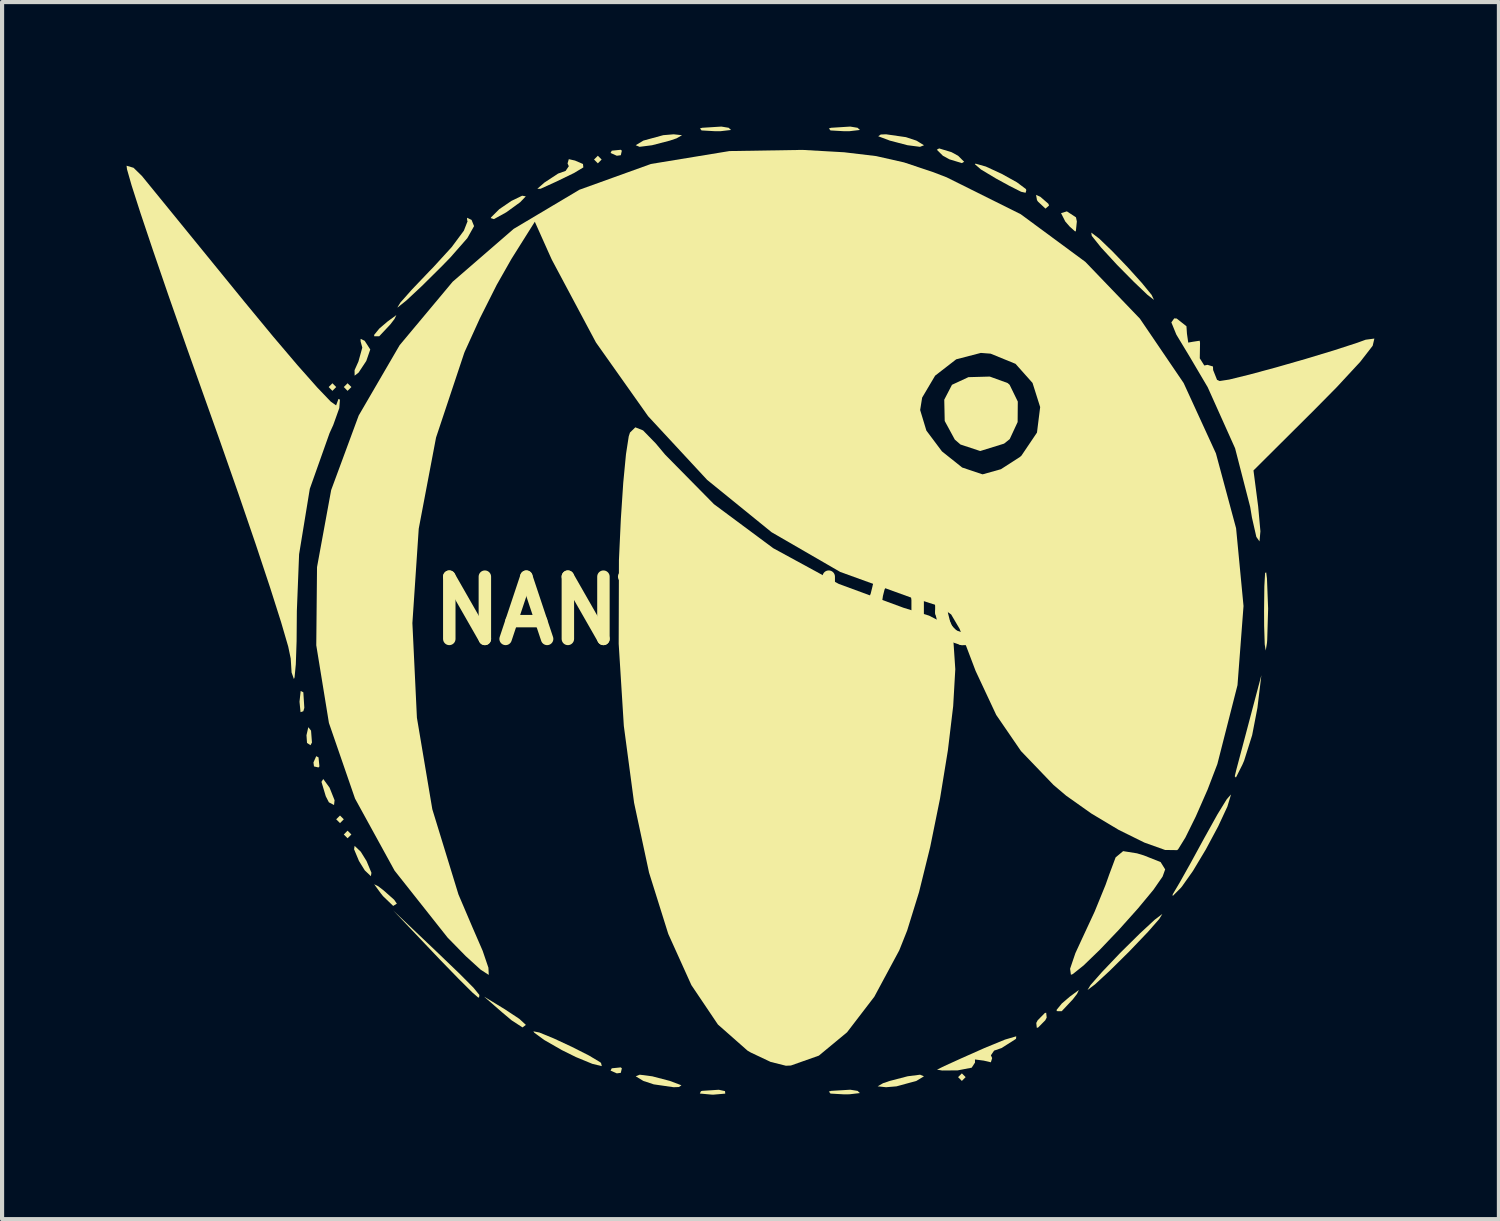
<source format=kicad_pcb>
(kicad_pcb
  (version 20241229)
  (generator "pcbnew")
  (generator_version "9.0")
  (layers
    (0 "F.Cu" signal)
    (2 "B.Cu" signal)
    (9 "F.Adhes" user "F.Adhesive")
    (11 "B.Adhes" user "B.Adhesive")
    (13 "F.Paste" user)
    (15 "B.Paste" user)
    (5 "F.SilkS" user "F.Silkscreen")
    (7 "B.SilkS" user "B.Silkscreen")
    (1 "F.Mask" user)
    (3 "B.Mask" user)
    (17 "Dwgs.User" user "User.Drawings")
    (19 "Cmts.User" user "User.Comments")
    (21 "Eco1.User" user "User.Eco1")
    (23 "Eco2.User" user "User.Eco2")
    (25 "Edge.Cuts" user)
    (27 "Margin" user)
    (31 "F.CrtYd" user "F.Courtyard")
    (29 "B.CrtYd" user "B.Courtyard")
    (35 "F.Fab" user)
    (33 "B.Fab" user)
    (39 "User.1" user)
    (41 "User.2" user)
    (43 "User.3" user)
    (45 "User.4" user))
  (footprint "NANYO-LOGO"
    (layer "F.Cu")
    (at 14.919 11.667)
    (property "Reference" "NANYO-LOGO" (at 0 0 0) (layer "F.SilkS") (effects (font (size 1.5 1.5) (thickness 0.3))))
    (attr board_only exclude_from_pos_files exclude_from_bom)
    (fp_poly (pts (xy -9.868 -5.391) (xy -9.959 -5.299) (xy -10.05 -5.391) (xy -9.959 -5.482)) (stroke (width 0) (type solid)) (fill yes) (layer "F.SilkS"))
    (fp_poly (pts (xy -9.685 5.025) (xy -9.776 5.117) (xy -9.868 5.025) (xy -9.776 4.934)) (stroke (width 0) (type solid)) (fill yes) (layer "F.SilkS"))
    (fp_poly (pts (xy -9.502 -5.391) (xy -9.594 -5.299) (xy -9.685 -5.391) (xy -9.594 -5.482)) (stroke (width 0) (type solid)) (fill yes) (layer "F.SilkS"))
    (fp_poly (pts (xy -9.502 5.391) (xy -9.594 5.482) (xy -9.685 5.391) (xy -9.594 5.299)) (stroke (width 0) (type solid)) (fill yes) (layer "F.SilkS"))
    (fp_poly (pts (xy -3.472 -10.873) (xy -3.563 -10.781) (xy -3.655 -10.873) (xy -3.563 -10.964)) (stroke (width 0) (type solid)) (fill yes) (layer "F.SilkS"))
    (fp_poly (pts (xy 5.299 11.238) (xy 5.208 11.329) (xy 5.117 11.238) (xy 5.208 11.147)) (stroke (width 0) (type solid)) (fill yes) (layer "F.SilkS"))
    (fp_poly (pts (xy -10.66 1.964) (xy -10.636 2.339) (xy -10.66 2.421) (xy -10.727 2.444) (xy -10.752 2.193) (xy -10.724 1.933)) (stroke (width 0) (type solid)) (fill yes) (layer "F.SilkS"))
    (fp_poly (pts (xy -10.474 2.889) (xy -10.452 3.175) (xy -10.488 3.24) (xy -10.571 3.185) (xy -10.584 3) (xy -10.54 2.805)) (stroke (width 0) (type solid)) (fill yes) (layer "F.SilkS"))
    (fp_poly (pts (xy -10.294 3.533) (xy -10.272 3.75) (xy -10.294 3.776) (xy -10.403 3.751) (xy -10.416 3.655) (xy -10.349 3.504)) (stroke (width 0) (type solid)) (fill yes) (layer "F.SilkS"))
    (fp_poly (pts (xy -2.985 -11.086) (xy -3.01 -10.977) (xy -3.106 -10.964) (xy -3.257 -11.031) (xy -3.228 -11.086) (xy -3.011 -11.108)) (stroke (width 0) (type solid)) (fill yes) (layer "F.SilkS"))
    (fp_poly (pts (xy -2.985 11.025) (xy -3.01 11.134) (xy -3.106 11.147) (xy -3.257 11.08) (xy -3.228 11.025) (xy -3.011 11.003)) (stroke (width 0) (type solid)) (fill yes) (layer "F.SilkS"))
    (fp_poly (pts (xy -10.028 4.262) (xy -9.907 4.565) (xy -9.92 4.681) (xy -10.044 4.616) (xy -10.119 4.47) (xy -10.223 4.123) (xy -10.18 4.054)) (stroke (width 0) (type solid)) (fill yes) (layer "F.SilkS"))
    (fp_poly (pts (xy 7.098 -9.976) (xy 7.293 -9.807) (xy 7.309 -9.765) (xy 7.223 -9.69) (xy 7.042 -9.859) (xy 7.018 -9.896) (xy 6.996 -10.021)) (stroke (width 0) (type solid)) (fill yes) (layer "F.SilkS"))
    (fp_poly (pts (xy -9.277 5.805) (xy -9.137 6.03) (xy -9.019 6.313) (xy -9.032 6.396) (xy -9.179 6.256) (xy -9.319 6.03) (xy -9.437 5.748) (xy -9.424 5.665)) (stroke (width 0) (type solid)) (fill yes) (layer "F.SilkS"))
    (fp_poly (pts (xy -8.858 6.636) (xy -8.726 6.738) (xy -8.472 6.963) (xy -8.406 7.058) (xy -8.495 7.112) (xy -8.738 6.878) (xy -8.795 6.807) (xy -8.953 6.59)) (stroke (width 0) (type solid)) (fill yes) (layer "F.SilkS"))
    (fp_poly (pts (xy -8.463 -7.031) (xy -8.565 -6.898) (xy -8.832 -6.614) (xy -8.951 -6.615) (xy -8.954 -6.647) (xy -8.829 -6.8) (xy -8.634 -6.967) (xy -8.418 -7.125)) (stroke (width 0) (type solid)) (fill yes) (layer "F.SilkS"))
    (fp_poly (pts (xy -5.802 9.604) (xy -5.456 9.833) (xy -5.3 9.976) (xy -5.299 9.98) (xy -5.378 10.04) (xy -5.641 9.869) (xy -5.873 9.674) (xy -6.304 9.298)) (stroke (width 0) (type solid)) (fill yes) (layer "F.SilkS"))
    (fp_poly (pts (xy -0.499 11.575) (xy -0.493 11.635) (xy -0.779 11.66) (xy -0.822 11.659) (xy -1.106 11.633) (xy -1.079 11.577) (xy -1.047 11.568) (xy -0.649 11.542)) (stroke (width 0) (type solid)) (fill yes) (layer "F.SilkS"))
    (fp_poly (pts (xy -0.411 -11.638) (xy -0.354 -11.585) (xy -0.607 -11.556) (xy -0.731 -11.555) (xy -1.063 -11.574) (xy -1.103 -11.621) (xy -1.051 -11.638) (xy -0.587 -11.667)) (stroke (width 0) (type solid)) (fill yes) (layer "F.SilkS"))
    (fp_poly (pts (xy 2.695 -11.638) (xy 2.752 -11.585) (xy 2.5 -11.556) (xy 2.376 -11.555) (xy 2.043 -11.574) (xy 2.004 -11.621) (xy 2.056 -11.638) (xy 2.519 -11.667)) (stroke (width 0) (type solid)) (fill yes) (layer "F.SilkS"))
    (fp_poly (pts (xy 2.695 11.569) (xy 2.752 11.622) (xy 2.5 11.651) (xy 2.376 11.653) (xy 2.043 11.634) (xy 2.004 11.586) (xy 2.056 11.569) (xy 2.519 11.541)) (stroke (width 0) (type solid)) (fill yes) (layer "F.SilkS"))
    (fp_poly (pts (xy 4.96 -11.05) (xy 5.117 -10.964) (xy 5.263 -10.819) (xy 5.208 -10.787) (xy 4.908 -10.878) (xy 4.751 -10.964) (xy 4.605 -11.109) (xy 4.66 -11.141)) (stroke (width 0) (type solid)) (fill yes) (layer "F.SilkS"))
    (fp_poly (pts (xy 7.252 9.803) (xy 7.218 9.868) (xy 7.046 10.042) (xy 7.014 10.05) (xy 7.001 9.932) (xy 7.035 9.868) (xy 7.207 9.693) (xy 7.24 9.685)) (stroke (width 0) (type solid)) (fill yes) (layer "F.SilkS"))
    (fp_poly (pts (xy 7.958 -9.48) (xy 7.979 -9.38) (xy 7.956 -9.157) (xy 7.941 -9.137) (xy 7.809 -9.255) (xy 7.7 -9.38) (xy 7.598 -9.581) (xy 7.739 -9.624)) (stroke (width 0) (type solid)) (fill yes) (layer "F.SilkS"))
    (fp_poly (pts (xy 7.983 9.233) (xy 7.881 9.365) (xy 7.614 9.649) (xy 7.495 9.648) (xy 7.492 9.616) (xy 7.617 9.463) (xy 7.812 9.296) (xy 8.028 9.138)) (stroke (width 0) (type solid)) (fill yes) (layer "F.SilkS"))
    (fp_poly (pts (xy -2.252 11.218) (xy -1.827 11.329) (xy -1.549 11.434) (xy -1.609 11.476) (xy -1.736 11.481) (xy -2.216 11.412) (xy -2.467 11.329) (xy -2.651 11.217) (xy -2.554 11.179)) (stroke (width 0) (type solid)) (fill yes) (layer "F.SilkS"))
    (fp_poly (pts (xy -1.534 -11.459) (xy -1.665 -11.384) (xy -1.827 -11.329) (xy -2.258 -11.217) (xy -2.558 -11.179) (xy -2.651 -11.218) (xy -2.467 -11.329) (xy -1.987 -11.46) (xy -1.736 -11.481)) (stroke (width 0) (type solid)) (fill yes) (layer "F.SilkS"))
    (fp_poly (pts (xy 3.861 -11.412) (xy 4.112 -11.329) (xy 4.296 -11.217) (xy 4.199 -11.179) (xy 3.897 -11.218) (xy 3.472 -11.329) (xy 3.193 -11.434) (xy 3.254 -11.476) (xy 3.381 -11.481)) (stroke (width 0) (type solid)) (fill yes) (layer "F.SilkS"))
    (fp_poly (pts (xy 4.295 11.218) (xy 4.112 11.329) (xy 3.632 11.46) (xy 3.381 11.481) (xy 3.179 11.459) (xy 3.309 11.384) (xy 3.472 11.329) (xy 3.902 11.217) (xy 4.202 11.179)) (stroke (width 0) (type solid)) (fill yes) (layer "F.SilkS"))
    (fp_poly (pts (xy -9.182 -6.505) (xy -9.047 -6.296) (xy -9.143 -6.019) (xy -9.329 -5.738) (xy -9.424 -5.665) (xy -9.425 -5.798) (xy -9.332 -6.006) (xy -9.239 -6.341) (xy -9.28 -6.492) (xy -9.28 -6.552)) (stroke (width 0) (type solid)) (fill yes) (layer "F.SilkS"))
    (fp_poly (pts (xy -5.299 -9.986) (xy -5.435 -9.844) (xy -5.763 -9.606) (xy -5.779 -9.596) (xy -6.067 -9.437) (xy -6.144 -9.462) (xy -6.134 -9.482) (xy -5.938 -9.677) (xy -5.644 -9.877) (xy -5.387 -10.001)) (stroke (width 0) (type solid)) (fill yes) (layer "F.SilkS"))
    (fp_poly (pts (xy -7.446 8.217) (xy -6.889 8.752) (xy -6.559 9.084) (xy -6.418 9.258) (xy -6.425 9.317) (xy -6.448 9.319) (xy -6.588 9.197) (xy -6.916 8.871) (xy -7.367 8.407) (xy -7.498 8.269) (xy -8.497 7.218)) (stroke (width 0) (type solid)) (fill yes) (layer "F.SilkS"))
    (fp_poly (pts (xy 12.33 2.341) (xy 12.203 2.998) (xy 12.009 3.614) (xy 11.967 3.711) (xy 11.812 4.019) (xy 11.784 3.989) (xy 11.82 3.837) (xy 11.939 3.389) (xy 12.102 2.774) (xy 12.183 2.467) (xy 12.425 1.553)) (stroke (width 0) (type solid)) (fill yes) (layer "F.SilkS"))
    (fp_poly (pts (xy 12.56 -0.777) (xy 12.588 -0.049) (xy 12.566 0.7) (xy 12.56 0.777) (xy 12.53 0.959) (xy 12.506 0.811) (xy 12.492 0.37) (xy 12.49 0) (xy 12.497 -0.593) (xy 12.515 -0.913) (xy 12.542 -0.923)) (stroke (width 0) (type solid)) (fill yes) (layer "F.SilkS"))
    (fp_poly (pts (xy 5.786 -10.704) (xy 6.166 -10.529) (xy 6.535 -10.324) (xy 6.749 -10.164) (xy 6.761 -10.137) (xy 6.744 -10.072) (xy 6.636 -10.096) (xy 6.35 -10.241) (xy 6.03 -10.416) (xy 5.667 -10.634) (xy 5.521 -10.761) (xy 5.537 -10.774)) (stroke (width 0) (type solid)) (fill yes) (layer "F.SilkS"))
    (fp_poly (pts (xy -4.974 10.162) (xy -4.625 10.305) (xy -4.187 10.509) (xy -3.776 10.717) (xy -3.51 10.877) (xy -3.487 10.895) (xy -3.468 10.973) (xy -3.697 10.917) (xy -4.09 10.755) (xy -4.431 10.586) (xy -4.853 10.344) (xy -5.094 10.168) (xy -5.117 10.134)) (stroke (width 0) (type solid)) (fill yes) (layer "F.SilkS"))
    (fp_poly (pts (xy -4.113 -10.848) (xy -3.921 -10.765) (xy -3.913 -10.683) (xy -4.139 -10.547) (xy -4.568 -10.339) (xy -4.942 -10.169) (xy -5.022 -10.167) (xy -4.853 -10.316) (xy -4.522 -10.534) (xy -4.34 -10.599) (xy -4.263 -10.712) (xy -4.293 -10.779) (xy -4.263 -10.882)) (stroke (width 0) (type solid)) (fill yes) (layer "F.SilkS"))
    (fp_poly (pts (xy 8.515 -8.97) (xy 8.832 -8.665) (xy 9.2 -8.282) (xy 9.542 -7.903) (xy 9.78 -7.612) (xy 9.837 -7.492) (xy 9.836 -7.492) (xy 9.68 -7.613) (xy 9.349 -7.929) (xy 8.946 -8.337) (xy 8.562 -8.754) (xy 8.339 -9.033) (xy 8.326 -9.113)) (stroke (width 0) (type solid)) (fill yes) (layer "F.SilkS"))
    (fp_poly (pts (xy 6.311 -5.487) (xy 6.359 -5.445) (xy 6.556 -5.041) (xy 6.552 -4.547) (xy 6.361 -4.136) (xy 6.225 -4.027) (xy 5.65 -3.849) (xy 5.175 -4.006) (xy 5.038 -4.125) (xy 4.795 -4.573) (xy 4.784 -5.086) (xy 4.97 -5.445) (xy 5.366 -5.629) (xy 5.881 -5.643)) (stroke (width 0) (type solid)) (fill yes) (layer "F.SilkS"))
    (fp_poly (pts (xy 9.965 7.427) (xy 9.692 7.738) (xy 9.273 8.177) (xy 9.228 8.223) (xy 8.771 8.675) (xy 8.417 9.002) (xy 8.24 9.136) (xy 8.237 9.137) (xy 8.308 9.019) (xy 8.582 8.708) (xy 9 8.269) (xy 9.045 8.223) (xy 9.503 7.771) (xy 9.856 7.444) (xy 10.033 7.31) (xy 10.037 7.309)) (stroke (width 0) (type solid)) (fill yes) (layer "F.SilkS"))
    (fp_poly (pts (xy 11.691 4.437) (xy 11.606 4.719) (xy 11.385 5.194) (xy 11.088 5.749) (xy 10.776 6.27) (xy 10.511 6.645) (xy 10.481 6.68) (xy 10.288 6.874) (xy 10.289 6.831) (xy 10.294 6.824) (xy 10.453 6.556) (xy 10.726 6.069) (xy 11.055 5.466) (xy 11.067 5.445) (xy 11.367 4.906) (xy 11.589 4.545) (xy 11.689 4.43)) (stroke (width 0) (type solid)) (fill yes) (layer "F.SilkS"))
    (fp_poly (pts (xy -6.606 -9.418) (xy -6.546 -9.268) (xy -6.708 -8.979) (xy -7.117 -8.513) (xy -7.331 -8.293) (xy -7.807 -7.822) (xy -8.18 -7.474) (xy -8.381 -7.313) (xy -8.393 -7.309) (xy -8.32 -7.428) (xy -8.043 -7.74) (xy -7.619 -8.185) (xy -7.527 -8.279) (xy -7.085 -8.763) (xy -6.792 -9.158) (xy -6.702 -9.387) (xy -6.711 -9.405) (xy -6.716 -9.47)) (stroke (width 0) (type solid)) (fill yes) (layer "F.SilkS"))
    (fp_poly (pts (xy 9.428 5.845) (xy 9.593 5.895) (xy 9.997 6.055) (xy 10.107 6.232) (xy 10.045 6.405) (xy 9.824 6.724) (xy 9.45 7.175) (xy 8.997 7.681) (xy 8.536 8.165) (xy 8.14 8.548) (xy 7.881 8.755) (xy 7.836 8.771) (xy 7.816 8.626) (xy 7.943 8.252) (xy 8.104 7.903) (xy 8.407 7.251) (xy 8.671 6.604) (xy 8.754 6.369) (xy 8.913 5.943) (xy 9.094 5.792)) (stroke (width 0) (type solid)) (fill yes) (layer "F.SilkS"))
    (fp_poly (pts (xy 6.514 10.312) (xy 6.498 10.325) (xy 6.164 10.537) (xy 5.985 10.599) (xy 5.908 10.712) (xy 5.938 10.779) (xy 5.907 10.88) (xy 5.736 10.84) (xy 5.524 10.812) (xy 5.525 10.887) (xy 5.445 11.01) (xy 5.107 11.075) (xy 5.094 11.075) (xy 4.732 11.078) (xy 4.609 11.057) (xy 4.61 11.057) (xy 4.789 10.969) (xy 5.211 10.777) (xy 5.756 10.535) (xy 6.248 10.333) (xy 6.518 10.254)) (stroke (width 0) (type solid)) (fill yes) (layer "F.SilkS"))
    (fp_poly (pts (xy 10.384 -7.042) (xy 10.62 -6.856) (xy 10.632 -6.676) (xy 10.663 -6.462) (xy 10.774 -6.482) (xy 10.939 -6.507) (xy 10.947 -6.455) (xy 10.941 -6.083) (xy 11.05 -5.91) (xy 11.126 -5.926) (xy 11.259 -5.886) (xy 11.263 -5.8) (xy 11.357 -5.564) (xy 11.421 -5.536) (xy 11.65 -5.571) (xy 12.134 -5.69) (xy 12.779 -5.864) (xy 13.49 -6.068) (xy 14.174 -6.275) (xy 14.737 -6.458) (xy 14.938 -6.531) (xy 15.148 -6.559) (xy 15.107 -6.385) (xy 14.807 -5.998) (xy 14.243 -5.389) (xy 13.701 -4.84) (xy 12.235 -3.381) (xy 12.348 -2.513) (xy 12.402 -1.915) (xy 12.38 -1.671) (xy 12.304 -1.78) (xy 12.198 -2.246) (xy 12.156 -2.502) (xy 11.792 -3.915) (xy 11.132 -5.386) (xy 10.702 -6.115) (xy 10.376 -6.655) (xy 10.256 -6.949) (xy 10.325 -7.045)) (stroke (width 0) (type solid)) (fill yes) (layer "F.SilkS"))
    (fp_poly (pts (xy -2.474 -4.346) (xy -2.168 -4.032) (xy -1.941 -3.761) (xy -0.765 -2.568) (xy 0.664 -1.507) (xy 2.242 -0.647) (xy 3.803 -0.072) (xy 4.417 0.117) (xy 4.764 0.295) (xy 4.937 0.527) (xy 5.008 0.782) (xy 5.05 1.408) (xy 4.999 2.297) (xy 4.871 3.365) (xy 4.682 4.525) (xy 4.445 5.692) (xy 4.176 6.781) (xy 3.89 7.705) (xy 3.7 8.182) (xy 3.099 9.3) (xy 2.442 10.157) (xy 1.762 10.72) (xy 1.088 10.958) (xy 0.968 10.963) (xy 0.6 10.871) (xy 0.122 10.645) (xy 0.042 10.598) (xy -0.67 9.97) (xy -1.309 9.021) (xy -1.866 7.788) (xy -2.329 6.311) (xy -2.69 4.627) (xy -2.937 2.776) (xy -3.061 0.795) (xy -3.055 -1.221) (xy -3.009 -2.211) (xy -2.951 -3.086) (xy -2.885 -3.774) (xy -2.819 -4.202) (xy -2.789 -4.294) (xy -2.66 -4.42)) (stroke (width 0) (type solid)) (fill yes) (layer "F.SilkS"))
    (fp_poly (pts (xy -14.751 -10.674) (xy -14.551 -10.479) (xy -14.352 -10.235) (xy -13.963 -9.758) (xy -13.427 -9.1) (xy -12.784 -8.311) (xy -12.076 -7.442) (xy -12.071 -7.436) (xy -11.39 -6.611) (xy -10.795 -5.911) (xy -10.319 -5.374) (xy -9.999 -5.04) (xy -9.869 -4.948) (xy -9.868 -4.954) (xy -9.813 -5.105) (xy -9.778 -5.087) (xy -9.793 -4.884) (xy -9.939 -4.476) (xy -10.028 -4.28) (xy -10.504 -2.938) (xy -10.762 -1.361) (xy -10.816 0.007) (xy -10.822 0.73) (xy -10.841 1.289) (xy -10.871 1.604) (xy -10.887 1.645) (xy -10.943 1.487) (xy -10.964 1.15) (xy -11.024 0.863) (xy -11.195 0.277) (xy -11.462 -0.563) (xy -11.81 -1.611) (xy -12.225 -2.823) (xy -12.691 -4.154) (xy -12.988 -4.988) (xy -13.471 -6.346) (xy -13.908 -7.593) (xy -14.283 -8.686) (xy -14.585 -9.586) (xy -14.798 -10.25) (xy -14.909 -10.639) (xy -14.919 -10.724)) (stroke (width 0) (type solid)) (fill yes) (layer "F.SilkS"))
    (fp_poly (pts (xy 2.371 -11.048) (xy 3.142 -10.956) (xy 3.814 -10.804) (xy 4.52 -10.568) (xy 4.842 -10.444) (xy 6.627 -9.555) (xy 8.184 -8.407) (xy 9.498 -7.039) (xy 10.552 -5.488) (xy 11.33 -3.792) (xy 11.816 -1.988) (xy 11.995 -0.114) (xy 11.85 1.792) (xy 11.365 3.693) (xy 11.129 4.31) (xy 10.845 4.957) (xy 10.594 5.465) (xy 10.422 5.744) (xy 10.396 5.768) (xy 10.105 5.764) (xy 9.607 5.586) (xy 8.986 5.279) (xy 8.329 4.886) (xy 7.72 4.455) (xy 7.416 4.197) (xy 6.633 3.381) (xy 6.036 2.51) (xy 5.54 1.451) (xy 5.382 1.035) (xy 5.155 0.438) (xy 4.95 0.089) (xy 4.669 -0.11) (xy 4.212 -0.257) (xy 4 -0.312) (xy 2.278 -0.935) (xy 0.624 -1.892) (xy -0.929 -3.153) (xy -2.351 -4.687) (xy -2.457 -4.837) (xy 4.203 -4.837) (xy 4.353 -4.342) (xy 4.728 -3.841) (xy 5.215 -3.452) (xy 5.701 -3.289) (xy 5.715 -3.289) (xy 6.15 -3.411) (xy 6.608 -3.706) (xy 6.643 -3.737) (xy 7.018 -4.293) (xy 7.095 -4.908) (xy 6.911 -5.49) (xy 6.501 -5.95) (xy 5.902 -6.195) (xy 5.665 -6.213) (xy 5.072 -6.059) (xy 4.564 -5.665) (xy 4.251 -5.136) (xy 4.203 -4.837) (xy -2.457 -4.837) (xy -3.609 -6.465) (xy -4.671 -8.457) (xy -4.731 -8.589) (xy -5.082 -9.374) (xy -5.645 -8.478) (xy -6.001 -7.851) (xy -6.404 -7.05) (xy -6.769 -6.247) (xy -6.782 -6.215) (xy -7.462 -4.174) (xy -7.879 -1.978) (xy -8.032 0.298) (xy -7.923 2.577) (xy -7.552 4.782) (xy -6.922 6.836) (xy -6.584 7.629) (xy -6.339 8.193) (xy -6.2 8.601) (xy -6.192 8.77) (xy -6.198 8.771) (xy -6.389 8.647) (xy -6.746 8.322) (xy -7.184 7.875) (xy -8.461 6.262) (xy -9.414 4.526) (xy -10.043 2.704) (xy -10.348 0.832) (xy -10.33 -1.051) (xy -9.989 -2.909) (xy -9.326 -4.704) (xy -8.339 -6.4) (xy -7.061 -7.929) (xy -5.59 -9.203) (xy -4.007 -10.145) (xy -2.284 -10.766) (xy -0.392 -11.077) (xy 1.367 -11.105)) (stroke (width 0) (type solid)) (fill yes) (layer "F.SilkS")))
  (gr_rect
    (start -3 -3)
    (end 33.068 26.326)
    (stroke (width 0.1) (type default))
    (fill no)
    (layer "Edge.Cuts")))
</source>
